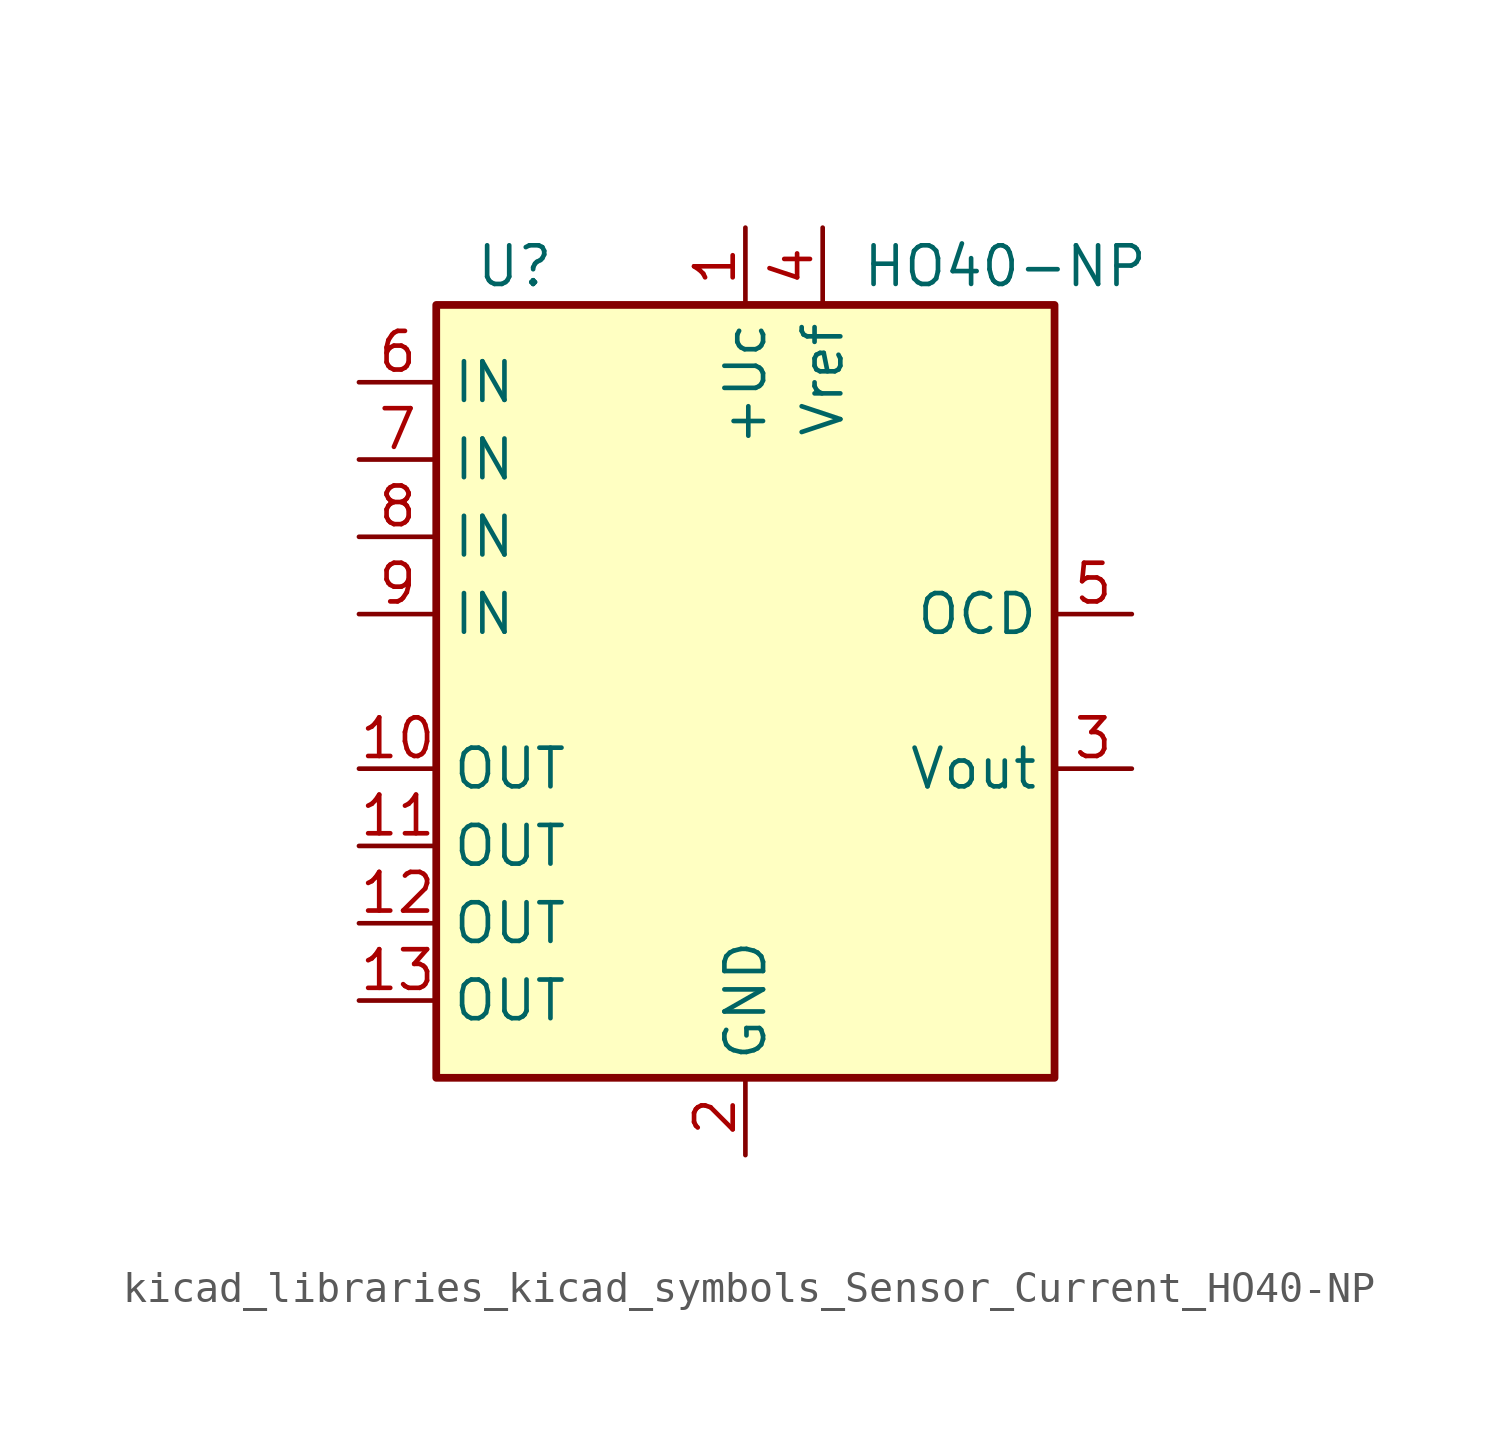
<source format=kicad_sym>
(kicad_symbol_lib
  (version 20220914)
  (generator kicad_symbol_editor)
  (symbol "kicad_libraries_kicad_symbols_Sensor_Current_HO40-NP"
    (property "Reference" "U"
      (at -8.89 13.97 0)
      (effects (font (size 1.27 1.27)) (justify left)))
    (property "Value" "HO40-NP"
      (at 3.81 13.97 0)
      (effects (font (size 1.27 1.27)) (justify left)))
    (symbol "kicad_libraries_kicad_symbols_Sensor_Current_HO40-NP_0_1"
      (rectangle (start -10.16 12.7) (end 10.16 -12.7) (stroke (width 0.254) (type default)) (fill (type background))))
    (symbol "kicad_libraries_kicad_symbols_Sensor_Current_HO40-NP_1_1"
      (pin power_in line (at 0 15.24 270) (length 2.54) (name "+Uc" (effects (font (size 1.27 1.27)))) (number "1" (effects (font (size 1.27 1.27)))))
      (pin passive line (at -12.7 -2.54 0) (length 2.54) (name "OUT" (effects (font (size 1.27 1.27)))) (number "10" (effects (font (size 1.27 1.27)))))
      (pin passive line (at -12.7 -5.08 0) (length 2.54) (name "OUT" (effects (font (size 1.27 1.27)))) (number "11" (effects (font (size 1.27 1.27)))))
      (pin passive line (at -12.7 -7.62 0) (length 2.54) (name "OUT" (effects (font (size 1.27 1.27)))) (number "12" (effects (font (size 1.27 1.27)))))
      (pin passive line (at -12.7 -10.16 0) (length 2.54) (name "OUT" (effects (font (size 1.27 1.27)))) (number "13" (effects (font (size 1.27 1.27)))))
      (pin power_in line (at 0 -15.24 90) (length 2.54) (name "GND" (effects (font (size 1.27 1.27)))) (number "2" (effects (font (size 1.27 1.27)))))
      (pin output line (at 12.7 -2.54 180) (length 2.54) (name "Vout" (effects (font (size 1.27 1.27)))) (number "3" (effects (font (size 1.27 1.27)))))
      (pin passive line (at 2.54 15.24 270) (length 2.54) (name "Vref" (effects (font (size 1.27 1.27)))) (number "4" (effects (font (size 1.27 1.27)))))
      (pin open_collector line (at 12.7 2.54 180) (length 2.54) (name "OCD" (effects (font (size 1.27 1.27)))) (number "5" (effects (font (size 1.27 1.27)))))
      (pin passive line (at -12.7 10.16 0) (length 2.54) (name "IN" (effects (font (size 1.27 1.27)))) (number "6" (effects (font (size 1.27 1.27)))))
      (pin passive line (at -12.7 7.62 0) (length 2.54) (name "IN" (effects (font (size 1.27 1.27)))) (number "7" (effects (font (size 1.27 1.27)))))
      (pin passive line (at -12.7 5.08 0) (length 2.54) (name "IN" (effects (font (size 1.27 1.27)))) (number "8" (effects (font (size 1.27 1.27)))))
      (pin passive line (at -12.7 2.54 0) (length 2.54) (name "IN" (effects (font (size 1.27 1.27)))) (number "9" (effects (font (size 1.27 1.27))))))))
</source>
